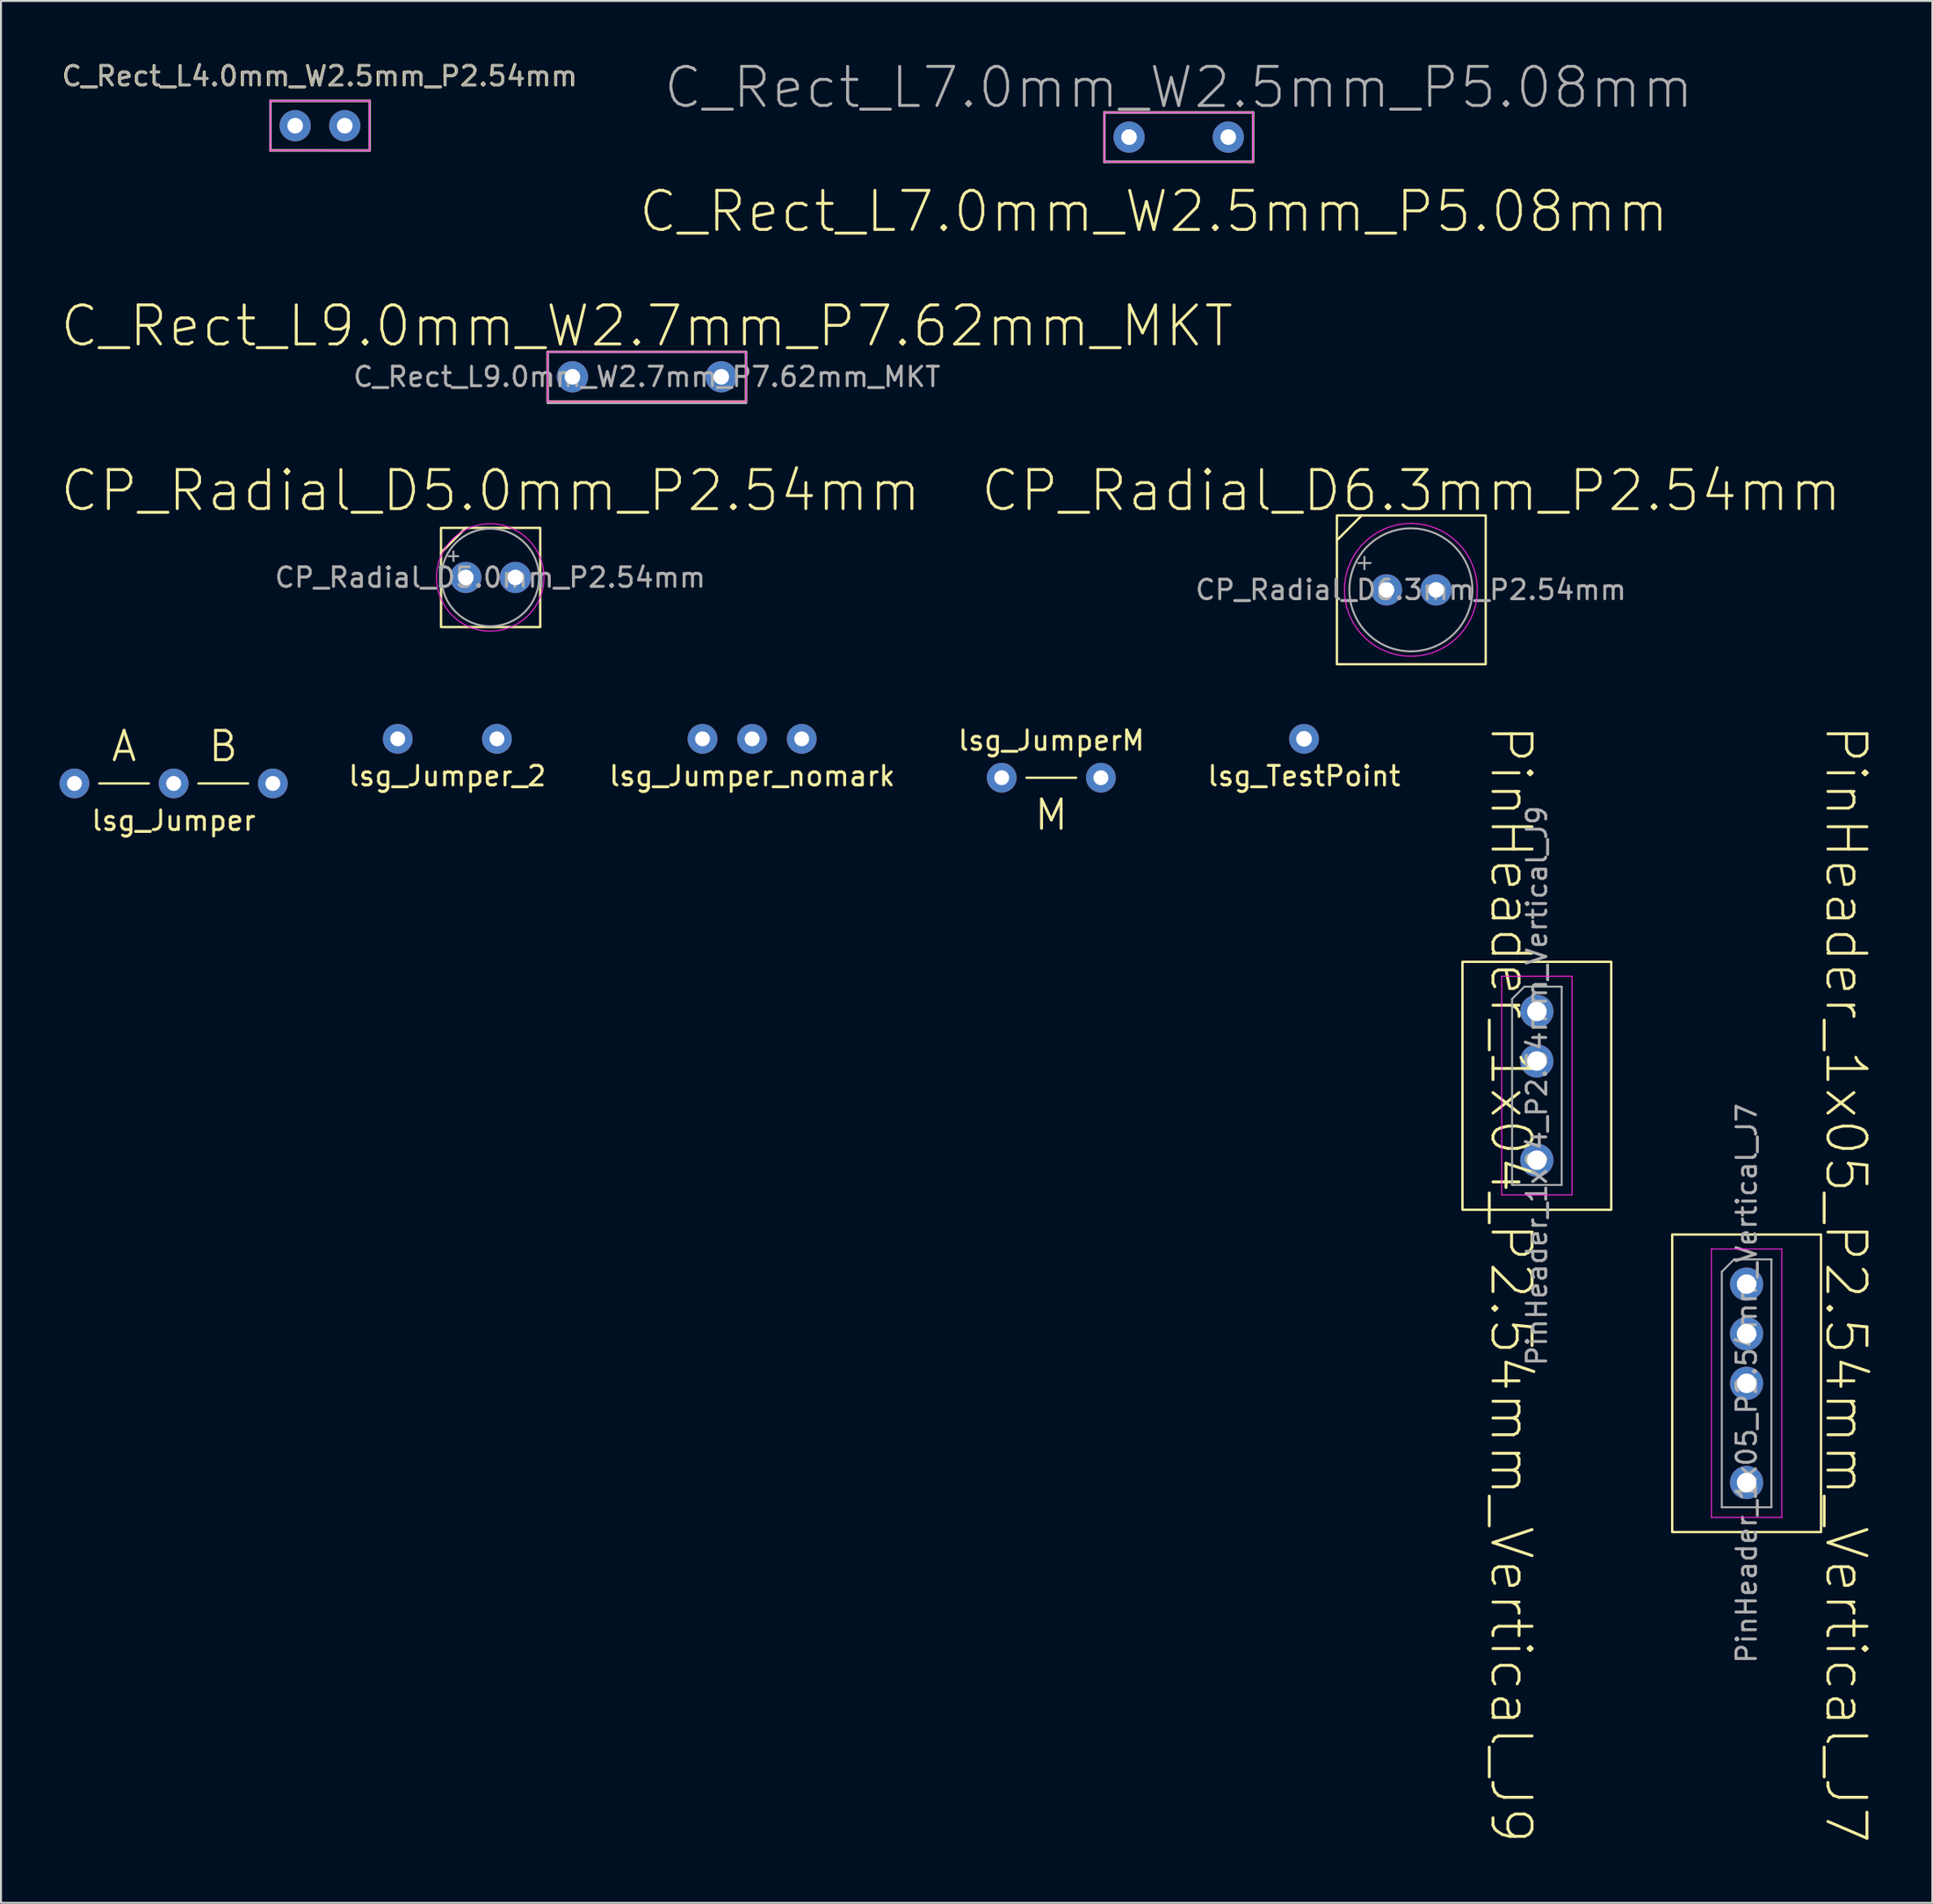
<source format=kicad_pcb>
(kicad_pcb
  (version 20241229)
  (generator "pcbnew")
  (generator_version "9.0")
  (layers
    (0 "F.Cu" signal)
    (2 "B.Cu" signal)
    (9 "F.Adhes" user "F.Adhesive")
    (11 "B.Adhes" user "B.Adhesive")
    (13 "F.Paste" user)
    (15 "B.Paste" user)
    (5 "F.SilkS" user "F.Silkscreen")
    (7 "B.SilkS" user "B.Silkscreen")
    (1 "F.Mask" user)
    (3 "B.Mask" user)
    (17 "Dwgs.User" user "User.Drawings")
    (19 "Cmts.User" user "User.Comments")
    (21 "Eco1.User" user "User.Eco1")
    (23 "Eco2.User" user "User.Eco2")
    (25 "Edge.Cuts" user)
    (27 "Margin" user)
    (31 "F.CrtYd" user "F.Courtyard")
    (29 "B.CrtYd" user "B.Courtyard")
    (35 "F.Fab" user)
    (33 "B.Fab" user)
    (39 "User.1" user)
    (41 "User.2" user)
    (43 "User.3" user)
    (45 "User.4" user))
  (footprint "PinHeader_1x04_P2.54mm_Vertical_J9"
    (layer "F.Cu")
    (at 75.649 48.755)
    (property "Reference" "PinHeader_1x04_P2.54mm_Vertical_J9" (at -1.33 13.97 270) (unlocked yes) (layer "F.SilkS") (effects (font (size 2 2) (thickness 0.15))))
    (attr through_hole)
    (fp_rect (start -3.81 -2.54) (end 3.81 10.16) (stroke (width 0.12) (type solid)) (fill no) (layer "F.SilkS"))
    (fp_line (start -1.8 -1.8) (end -1.8 9.4) (stroke (width 0.05) (type solid)) (layer "F.CrtYd"))
    (fp_line (start -1.8 9.4) (end 1.8 9.4) (stroke (width 0.05) (type solid)) (layer "F.CrtYd"))
    (fp_line (start 1.8 -1.8) (end -1.8 -1.8) (stroke (width 0.05) (type solid)) (layer "F.CrtYd"))
    (fp_line (start 1.8 9.4) (end 1.8 -1.8) (stroke (width 0.05) (type solid)) (layer "F.CrtYd"))
    (fp_line (start -1.27 -0.635) (end -0.635 -1.27) (stroke (width 0.1) (type solid)) (layer "F.Fab"))
    (fp_line (start -1.27 8.89) (end -1.27 -0.635) (stroke (width 0.1) (type solid)) (layer "F.Fab"))
    (fp_line (start -0.635 -1.27) (end 1.27 -1.27) (stroke (width 0.1) (type solid)) (layer "F.Fab"))
    (fp_line (start 1.27 -1.27) (end 1.27 8.89) (stroke (width 0.1) (type solid)) (layer "F.Fab"))
    (fp_line (start 1.27 8.89) (end -1.27 8.89) (stroke (width 0.1) (type solid)) (layer "F.Fab"))
    (fp_text user "${REFERENCE}" (at 0 3.81 90) (layer "F.Fab") (effects (font (size 1 1) (thickness 0.15))))
    (pad "1" thru_hole circle (at 0 0) (size 1.7 1.7) (drill 1) (layers "*.Cu" "*.Mask"))
    (pad "2" thru_hole oval (at 0 2.54) (size 1.7 1.7) (drill 1) (layers "*.Cu" "*.Mask"))
    (pad "4" thru_hole oval (at 0 7.62) (size 1.7 1.7) (drill 1) (layers "*.Cu" "*.Mask")))
  (footprint "C_Rect_L9.0mm_W2.7mm_P7.62mm_MKT"
    (layer "F.Cu")
    (at 26.263 16.25)
    (property "Reference" "C_Rect_L9.0mm_W2.7mm_P7.62mm_MKT" (at 3.81 -2.6 0) (unlocked yes) (layer "F.SilkS") (effects (font (size 2 2) (thickness 0.15))))
    (attr through_hole)
    (fp_line (start -1.27 -1.27) (end -1.27 1.27) (stroke (width 0.12) (type solid)) (layer "F.SilkS"))
    (fp_line (start -1.27 -1.27) (end 8.89 -1.27) (stroke (width 0.12) (type solid)) (layer "F.SilkS"))
    (fp_line (start -1.27 1.27) (end 8.89 1.27) (stroke (width 0.12) (type solid)) (layer "F.SilkS"))
    (fp_line (start 8.89 -1.27) (end 8.89 1.27) (stroke (width 0.12) (type solid)) (layer "F.SilkS"))
    (fp_rect (start -1.27 -1.27) (end 8.89 1.27) (stroke (width 0.05) (type solid)) (fill no) (layer "F.CrtYd"))
    (fp_line (start -1.27 -1.27) (end -1.27 1.35) (stroke (width 0.1) (type solid)) (layer "F.Fab"))
    (fp_line (start -1.27 1.35) (end 8.89 1.35) (stroke (width 0.1) (type solid)) (layer "F.Fab"))
    (fp_line (start 8.89 -1.27) (end -1.27 -1.27) (stroke (width 0.1) (type solid)) (layer "F.Fab"))
    (fp_line (start 8.89 1.35) (end 8.89 -1.27) (stroke (width 0.1) (type solid)) (layer "F.Fab"))
    (fp_text user "${REFERENCE}" (at 3.81 0 180) (layer "F.Fab") (effects (font (size 1 1) (thickness 0.15))))
    (pad "1" thru_hole circle (at 0 0) (size 1.6 1.6) (drill 0.8) (layers "*.Cu" "*.Mask"))
    (pad "2" thru_hole circle (at 7.62 0) (size 1.6 1.6) (drill 0.8) (layers "*.Cu" "*.Mask")))
  (footprint "PinHeader_1x05_P2.54mm_Vertical_J7"
    (layer "F.Cu")
    (at 86.389 62.725)
    (property "Reference" "PinHeader_1x05_P2.54mm_Vertical_J7" (at 5.08 0 270) (unlocked yes) (layer "F.SilkS") (effects (font (size 2 2) (thickness 0.15))))
    (attr through_hole)
    (fp_rect (start -3.81 -2.54) (end 3.81 12.7) (stroke (width 0.12) (type solid)) (fill no) (layer "F.SilkS"))
    (fp_line (start -1.8 -1.8) (end -1.8 11.95) (stroke (width 0.05) (type solid)) (layer "F.CrtYd"))
    (fp_line (start -1.8 11.95) (end 1.8 11.95) (stroke (width 0.05) (type solid)) (layer "F.CrtYd"))
    (fp_line (start 1.8 -1.8) (end -1.8 -1.8) (stroke (width 0.05) (type solid)) (layer "F.CrtYd"))
    (fp_line (start 1.8 11.95) (end 1.8 -1.8) (stroke (width 0.05) (type solid)) (layer "F.CrtYd"))
    (fp_line (start -1.27 -0.635) (end -0.635 -1.27) (stroke (width 0.1) (type solid)) (layer "F.Fab"))
    (fp_line (start -1.27 11.43) (end -1.27 -0.635) (stroke (width 0.1) (type solid)) (layer "F.Fab"))
    (fp_line (start -0.635 -1.27) (end 1.27 -1.27) (stroke (width 0.1) (type solid)) (layer "F.Fab"))
    (fp_line (start 1.27 -1.27) (end 1.27 11.43) (stroke (width 0.1) (type solid)) (layer "F.Fab"))
    (fp_line (start 1.27 11.43) (end -1.27 11.43) (stroke (width 0.1) (type solid)) (layer "F.Fab"))
    (fp_text user "${REFERENCE}" (at 0 5.08 90) (layer "F.Fab") (effects (font (size 1 1) (thickness 0.15))))
    (pad "1" thru_hole circle (at 0 0) (size 1.7 1.7) (drill 1) (layers "*.Cu" "*.Mask"))
    (pad "2" thru_hole oval (at 0 2.54) (size 1.7 1.7) (drill 1) (layers "*.Cu" "*.Mask"))
    (pad "3" thru_hole oval (at 0 5.08) (size 1.7 1.7) (drill 1) (layers "*.Cu" "*.Mask"))
    (pad "5" thru_hole oval (at 0 10.16) (size 1.7 1.7) (drill 1) (layers "*.Cu" "*.Mask")))
  (footprint "lsg_TestPoint"
    (layer "F.Cu")
    (at 63.726 34.795)
    (property "Reference" "lsg_TestPoint" (at 0 1.905 0) (unlocked yes) (layer "F.SilkS") (effects (font (size 1 1) (thickness 0.15))))
    (attr through_hole)
    (pad "1" thru_hole circle (at 0 0) (size 1.524 1.524) (drill 0.8) (layers "*.Cu" "*.Mask")))
  (footprint "lsg_Jumper"
    (layer "F.Cu")
    (at 5.842 37.079)
    (property "Reference" "lsg_Jumper" (at 0 1.905 0) (unlocked yes) (layer "F.SilkS") (effects (font (size 1 1) (thickness 0.15))))
    (attr through_hole)
    (fp_line (start -3.81 0) (end -1.27 0) (stroke (width 0.12) (type solid)) (layer "F.SilkS"))
    (fp_line (start 1.27 0) (end 3.81 0) (stroke (width 0.12) (type solid)) (layer "F.SilkS"))
    (fp_text user "A" (at -2.54 -1.905 0) (unlocked yes) (layer "F.SilkS") (effects (font (size 1.5 1.5) (thickness 0.15))))
    (fp_text user "B" (at 2.54 -1.905 0) (unlocked yes) (layer "F.SilkS") (effects (font (size 1.5 1.5) (thickness 0.15))))
    (pad "1" thru_hole circle (at -5.08 0) (size 1.524 1.524) (drill 0.762) (layers "*.Cu" "*.Mask"))
    (pad "2" thru_hole circle (at 0 0) (size 1.524 1.524) (drill 0.762) (layers "*.Cu" "*.Mask"))
    (pad "3" thru_hole circle (at 5.08 0) (size 1.524 1.524) (drill 0.762) (layers "*.Cu" "*.Mask")))
  (footprint "lsg_Jumper_2"
    (layer "F.Cu")
    (at 19.857 34.795)
    (property "Reference" "lsg_Jumper_2" (at 0 1.905 0) (unlocked yes) (layer "F.SilkS") (effects (font (size 1 1) (thickness 0.15))))
    (attr through_hole)
    (pad "1" thru_hole circle (at -2.54 0) (size 1.524 1.524) (drill 0.762) (layers "*.Cu" "*.Mask"))
    (pad "2" thru_hole circle (at 2.54 0) (size 1.524 1.524) (drill 0.762) (layers "*.Cu" "*.Mask")))
  (footprint "C_Rect_L4.0mm_W2.5mm_P2.54mm"
    (layer "F.Cu")
    (at 12.065 3.388)
    (property "Reference" "C_Rect_L4.0mm_W2.5mm_P2.54mm" (at 1.25 -2.54 180) (layer "F.SilkS") (effects (font (size 1 1) (thickness 0.15))))
    (attr through_hole)
    (fp_line (start -1.27 -1.27) (end -1.27 1.27) (stroke (width 0.12) (type solid)) (layer "F.SilkS"))
    (fp_line (start -1.27 -1.27) (end 3.81 -1.27) (stroke (width 0.12) (type solid)) (layer "F.SilkS"))
    (fp_line (start -1.27 1.27) (end 3.81 1.27) (stroke (width 0.12) (type solid)) (layer "F.SilkS"))
    (fp_line (start 3.81 -1.27) (end 3.81 1.27) (stroke (width 0.12) (type solid)) (layer "F.SilkS"))
    (fp_line (start -1.27 -1.27) (end -1.27 1.27) (stroke (width 0.05) (type solid)) (layer "F.CrtYd"))
    (fp_line (start -1.27 1.27) (end 3.81 1.27) (stroke (width 0.05) (type solid)) (layer "F.CrtYd"))
    (fp_line (start 3.81 -1.27) (end -1.27 -1.27) (stroke (width 0.05) (type solid)) (layer "F.CrtYd"))
    (fp_line (start 3.81 1.27) (end 3.81 -1.27) (stroke (width 0.05) (type solid)) (layer "F.CrtYd"))
    (fp_line (start -1.27 -1.27) (end -1.27 1.25) (stroke (width 0.1) (type solid)) (layer "F.Fab"))
    (fp_line (start -1.27 1.25) (end 3.81 1.27) (stroke (width 0.1) (type solid)) (layer "F.Fab"))
    (fp_line (start 3.81 -1.27) (end -1.27 -1.27) (stroke (width 0.1) (type solid)) (layer "F.Fab"))
    (fp_line (start 3.81 1.27) (end 3.81 -1.27) (stroke (width 0.1) (type solid)) (layer "F.Fab"))
    (fp_text user "${REFERENCE}" (at 1.27 -2.54 0) (unlocked yes) (layer "F.Fab") (effects (font (size 1 1) (thickness 0.12))))
    (pad "1" thru_hole circle (at 0 0) (size 1.6 1.6) (drill 0.8) (layers "*.Cu" "*.Mask"))
    (pad "2" thru_hole circle (at 2.54 0) (size 1.6 1.6) (drill 0.8) (layers "*.Cu" "*.Mask")))
  (footprint "CP_Radial_D5.0mm_P2.54mm"
    (layer "F.Cu")
    (at 20.803 26.528)
    (property "Reference" "CP_Radial_D5.0mm_P2.54mm" (at 1.27 -4.445 0) (unlocked yes) (layer "F.SilkS") (effects (font (size 2 2) (thickness 0.15))))
    (attr through_hole)
    (fp_line (start 0 -2.54) (end -1.27 -1.27) (stroke (width 0.12) (type solid)) (layer "F.SilkS"))
    (fp_rect (start -1.27 -2.54) (end 3.81 2.54) (stroke (width 0.12) (type solid)) (fill no) (layer "F.SilkS"))
    (fp_circle (center 1.25 0) (end 4 0) (stroke (width 0.05) (type solid)) (fill no) (layer "F.CrtYd"))
    (fp_line (start -0.884 -1.087) (end -0.384 -1.087) (stroke (width 0.1) (type solid)) (layer "F.Fab"))
    (fp_line (start -0.634 -1.337) (end -0.634 -0.838) (stroke (width 0.1) (type solid)) (layer "F.Fab"))
    (fp_circle (center 1.25 0) (end 3.75 0) (stroke (width 0.1) (type solid)) (fill no) (layer "F.Fab"))
    (fp_text user "${REFERENCE}" (at 1.25 0 0) (layer "F.Fab") (effects (font (size 1 1) (thickness 0.15))))
    (pad "1" thru_hole circle (at 0 0) (size 1.6 1.6) (drill 0.8) (layers "*.Cu" "*.Mask"))
    (pad "2" thru_hole circle (at 2.54 0) (size 1.6 1.6) (drill 0.8) (layers "*.Cu" "*.Mask")))
  (footprint "lsg_JumperM"
    (layer "F.Cu")
    (at 50.785 36.786)
    (property "Reference" "lsg_JumperM" (at 0 -1.905 0) (unlocked yes) (layer "F.SilkS") (effects (font (size 1 1) (thickness 0.15))))
    (attr through_hole)
    (fp_line (start -1.27 0) (end 1.27 0) (stroke (width 0.12) (type solid)) (layer "F.SilkS"))
    (fp_text user "M" (at 0 1.905 0) (unlocked yes) (layer "F.SilkS") (effects (font (size 1.5 1.5) (thickness 0.15))))
    (pad "1" thru_hole circle (at -2.54 0) (size 1.524 1.524) (drill 0.762) (layers "*.Cu" "*.Mask"))
    (pad "2" thru_hole circle (at 2.54 0) (size 1.524 1.524) (drill 0.762) (layers "*.Cu" "*.Mask")))
  (footprint "CP_Radial_D6.3mm_P2.54mm"
    (layer "F.Cu")
    (at 67.948 27.163)
    (property "Reference" "CP_Radial_D6.3mm_P2.54mm" (at 1.27 -5.08 0) (unlocked yes) (layer "F.SilkS") (effects (font (size 2 2) (thickness 0.15))))
    (attr through_hole)
    (fp_line (start -1.27 -3.81) (end -2.54 -2.54) (stroke (width 0.12) (type solid)) (layer "F.SilkS"))
    (fp_rect (start -2.54 -3.81) (end 5.08 3.81) (stroke (width 0.12) (type solid)) (fill no) (layer "F.SilkS"))
    (fp_circle (center 1.25 0) (end 4.65 0) (stroke (width 0.05) (type solid)) (fill no) (layer "F.CrtYd"))
    (fp_line (start -1.444 -1.373) (end -0.814 -1.373) (stroke (width 0.1) (type solid)) (layer "F.Fab"))
    (fp_line (start -1.129 -1.688) (end -1.129 -1.058) (stroke (width 0.1) (type solid)) (layer "F.Fab"))
    (fp_circle (center 1.25 0) (end 4.4 0) (stroke (width 0.1) (type solid)) (fill no) (layer "F.Fab"))
    (fp_text user "${REFERENCE}" (at 1.25 0 0) (layer "F.Fab") (effects (font (size 1 1) (thickness 0.15))))
    (pad "1" thru_hole circle (at 0 0) (size 1.6 1.6) (drill 0.8) (layers "*.Cu" "*.Mask"))
    (pad "2" thru_hole circle (at 2.54 0) (size 1.6 1.6) (drill 0.8) (layers "*.Cu" "*.Mask")))
  (footprint "lsg_Jumper_nomark"
    (layer "F.Cu")
    (at 35.464 34.795)
    (property "Reference" "lsg_Jumper_nomark" (at 0 1.905 0) (unlocked yes) (layer "F.SilkS") (effects (font (size 1 1) (thickness 0.15))))
    (attr through_hole)
    (pad "1" thru_hole circle (at -2.54 0) (size 1.524 1.524) (drill 0.762) (layers "*.Cu" "*.Mask"))
    (pad "2" thru_hole circle (at 0 0) (size 1.524 1.524) (drill 0.762) (layers "*.Cu" "*.Mask"))
    (pad "3" thru_hole circle (at 2.54 0) (size 1.524 1.524) (drill 0.762) (layers "*.Cu" "*.Mask")))
  (footprint "C_Rect_L7.0mm_W2.5mm_P5.08mm"
    (layer "F.Cu")
    (at 54.767 3.973)
    (property "Reference" "C_Rect_L7.0mm_W2.5mm_P5.08mm" (at 1.27 3.81 180) (layer "F.SilkS") (effects (font (size 2 2) (thickness 0.15))))
    (attr through_hole)
    (fp_line (start -1.27 -1.27) (end -1.27 1.27) (stroke (width 0.12) (type solid)) (layer "F.SilkS"))
    (fp_line (start -1.27 -1.27) (end 6.35 -1.27) (stroke (width 0.12) (type solid)) (layer "F.SilkS"))
    (fp_line (start -1.27 1.27) (end 6.35 1.27) (stroke (width 0.12) (type solid)) (layer "F.SilkS"))
    (fp_line (start 6.35 -1.27) (end 6.35 1.27) (stroke (width 0.12) (type solid)) (layer "F.SilkS"))
    (fp_rect (start -1.27 -1.27) (end 6.35 1.27) (stroke (width 0.05) (type solid)) (fill no) (layer "F.CrtYd"))
    (fp_line (start -1.27 -1.25) (end -1.27 1.25) (stroke (width 0.1) (type solid)) (layer "F.Fab"))
    (fp_line (start -1.27 1.25) (end 6.35 1.25) (stroke (width 0.1) (type solid)) (layer "F.Fab"))
    (fp_line (start 6.35 -1.25) (end -1.27 -1.25) (stroke (width 0.1) (type solid)) (layer "F.Fab"))
    (fp_line (start 6.35 1.25) (end 6.35 -1.25) (stroke (width 0.1) (type solid)) (layer "F.Fab"))
    (fp_text user "${REFERENCE}" (at 2.54 -2.54 180) (layer "F.Fab") (effects (font (size 2 2) (thickness 0.15))))
    (pad "1" thru_hole circle (at 0 0) (size 1.6 1.6) (drill 0.8) (layers "*.Cu" "*.Mask"))
    (pad "2" thru_hole circle (at 5.08 0) (size 1.6 1.6) (drill 0.8) (layers "*.Cu" "*.Mask")))
  (gr_rect
    (start -3 -3)
    (end 95.902 94.416)
    (stroke (width 0.1) (type default))
    (fill no)
    (layer "Edge.Cuts")))
</source>
